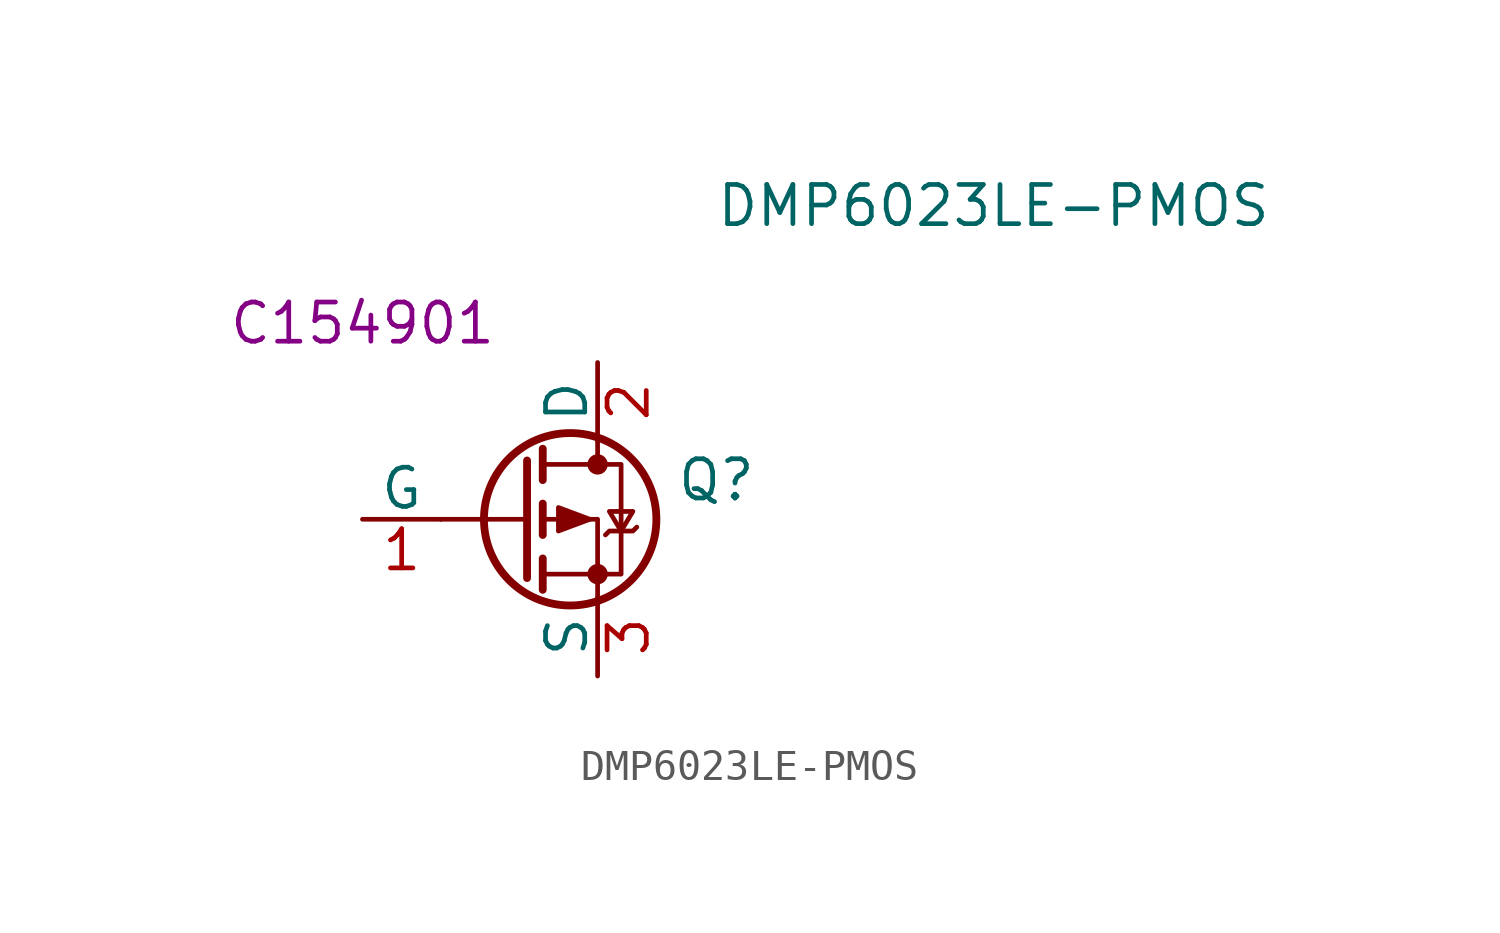
<source format=kicad_sym>
(kicad_symbol_lib
  (version 20220914)
  (generator kicad_symbol_editor)
  (symbol "DMP6023LE-PMOS"
    (pin_names
      (offset 0))
    (property "Reference" "Q"
      (at 5.08 1.27 0)
      (effects (font (size 1.27 1.27)) (justify left)))
    (property "Value" "DMP6023LE-PMOS"
      (at 6.35 10.16 0)
      (effects (font (size 1.27 1.27)) (justify left)))
    (property "LCSC" "C154901"
      (at -5.08 6.35 0)
      (effects (font (size 1.27 1.27))))
    (symbol "DMP6023LE-PMOS_0_1"
      (polyline (pts (xy 0.254 0) (xy -2.54 0)) (stroke (width 0) (type default)) (fill (type none)))
      (polyline (pts (xy 0.254 1.905) (xy 0.254 -1.905)) (stroke (width 0.254) (type default)) (fill (type none)))
      (polyline (pts (xy 0.762 -1.27) (xy 0.762 -2.286)) (stroke (width 0.254) (type default)) (fill (type none)))
      (polyline (pts (xy 0.762 0.508) (xy 0.762 -0.508)) (stroke (width 0.254) (type default)) (fill (type none)))
      (polyline (pts (xy 0.762 2.286) (xy 0.762 1.27)) (stroke (width 0.254) (type default)) (fill (type none)))
      (polyline (pts (xy 2.54 2.54) (xy 2.54 1.778)) (stroke (width 0) (type default)) (fill (type none)))
      (polyline (pts (xy 2.54 -2.54) (xy 2.54 0) (xy 0.762 0)) (stroke (width 0) (type default)) (fill (type none)))
      (polyline (pts (xy 0.762 1.778) (xy 3.302 1.778) (xy 3.302 -1.778) (xy 0.762 -1.778)) (stroke (width 0) (type default)) (fill (type none)))
      (polyline (pts (xy 2.286 0) (xy 1.27 0.381) (xy 1.27 -0.381) (xy 2.286 0)) (stroke (width 0) (type default)) (fill (type outline)))
      (polyline (pts (xy 2.794 -0.508) (xy 2.921 -0.381) (xy 3.683 -0.381) (xy 3.81 -0.254)) (stroke (width 0) (type default)) (fill (type none)))
      (polyline (pts (xy 3.302 -0.381) (xy 2.921 0.254) (xy 3.683 0.254) (xy 3.302 -0.381)) (stroke (width 0) (type default)) (fill (type none)))
      (circle (center 1.651 0) (radius 2.794) (stroke (width 0.254) (type default)) (fill (type none)))
      (circle (center 2.54 -1.778) (radius 0.254) (stroke (width 0) (type default)) (fill (type outline)))
      (circle (center 2.54 1.778) (radius 0.254) (stroke (width 0) (type default)) (fill (type outline))))
    (symbol "DMP6023LE-PMOS_1_1"
      (pin input line (at -5.08 0 0) (length 2.54) (name "G" (effects (font (size 1.27 1.27)))) (number "1" (effects (font (size 1.27 1.27)))))
      (pin passive line (at 2.54 5.08 270) (length 2.54) (name "D" (effects (font (size 1.27 1.27)))) (number "2" (effects (font (size 1.27 1.27)))))
      (pin passive line (at 2.54 -5.08 90) (length 2.54) (name "S" (effects (font (size 1.27 1.27)))) (number "3" (effects (font (size 1.27 1.27))))))))
</source>
